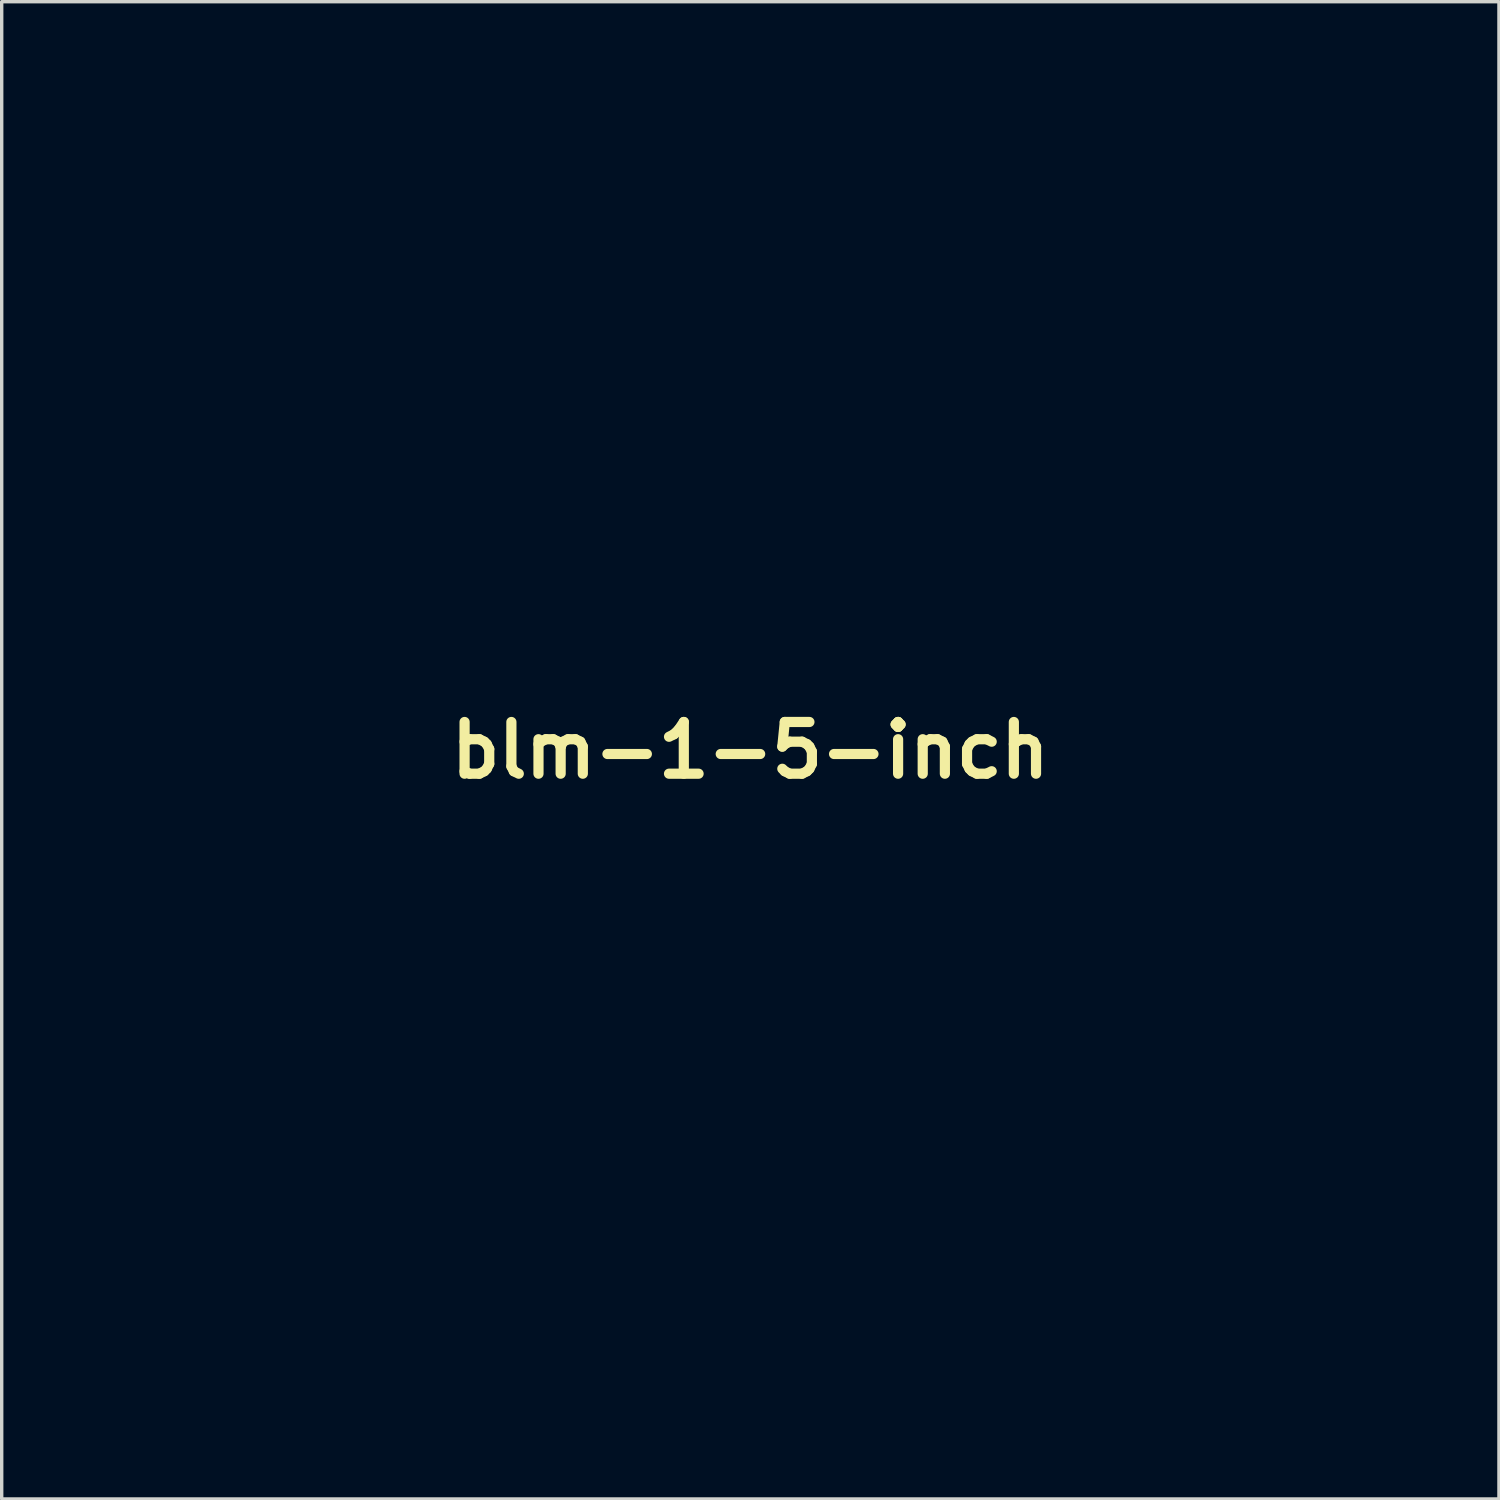
<source format=kicad_pcb>
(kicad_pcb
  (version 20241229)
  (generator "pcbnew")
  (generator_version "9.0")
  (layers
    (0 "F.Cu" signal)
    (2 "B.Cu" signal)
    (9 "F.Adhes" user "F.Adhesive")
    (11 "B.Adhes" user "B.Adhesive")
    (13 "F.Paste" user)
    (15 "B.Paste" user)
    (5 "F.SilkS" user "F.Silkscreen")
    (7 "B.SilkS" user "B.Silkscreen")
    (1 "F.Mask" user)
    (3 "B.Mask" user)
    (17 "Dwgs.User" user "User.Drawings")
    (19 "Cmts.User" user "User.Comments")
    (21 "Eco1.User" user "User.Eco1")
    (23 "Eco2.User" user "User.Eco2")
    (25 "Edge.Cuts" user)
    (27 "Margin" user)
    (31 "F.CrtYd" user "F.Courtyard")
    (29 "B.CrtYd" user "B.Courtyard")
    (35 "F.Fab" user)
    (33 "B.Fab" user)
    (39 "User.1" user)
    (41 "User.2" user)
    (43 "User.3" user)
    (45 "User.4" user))
  (footprint "blm-1-5-inch"
    (layer "F.Cu")
    (at 19.057 19.057)
    (property "Reference" "blm-1-5-inch" (at 0 0 0) (layer "F.SilkS") (effects (font (size 1.524 1.524) (thickness 0.3))))
    (attr through_hole)
    (fp_poly (pts (xy -6.866 9.82) (xy -6.852 9.903) (xy -6.832 10.038) (xy -6.806 10.226) (xy -6.774 10.468) (xy -6.737 10.765) (xy -6.693 11.117) (xy -6.643 11.525) (xy -6.587 11.99) (xy -6.525 12.513) (xy -6.463 13.038) (xy -6.443 13.22) (xy -6.425 13.394) (xy -6.412 13.546) (xy -6.404 13.663) (xy -6.402 13.715) (xy -6.402 13.876) (xy -7.363 13.876) (xy -7.347 13.616) (xy -7.34 13.543) (xy -7.328 13.419) (xy -7.31 13.248) (xy -7.287 13.039) (xy -7.26 12.797) (xy -7.23 12.53) (xy -7.197 12.244) (xy -7.163 11.946) (xy -7.128 11.643) (xy -7.093 11.341) (xy -7.058 11.047) (xy -7.025 10.768) (xy -6.994 10.51) (xy -6.966 10.281) (xy -6.942 10.087) (xy -6.936 10.041) (xy -6.918 9.923) (xy -6.899 9.836) (xy -6.882 9.791) (xy -6.875 9.789)) (stroke (width 0) (type solid)) (fill yes) (layer "F.Mask"))
    (fp_poly (pts (xy 11.674 9.529) (xy 11.835 9.535) (xy 11.997 9.545) (xy 12.146 9.558) (xy 12.27 9.573) (xy 12.354 9.59) (xy 12.377 9.598) (xy 12.483 9.674) (xy 12.586 9.78) (xy 12.655 9.882) (xy 12.667 9.935) (xy 12.678 10.038) (xy 12.688 10.182) (xy 12.696 10.357) (xy 12.702 10.554) (xy 12.707 10.765) (xy 12.71 10.978) (xy 12.71 11.186) (xy 12.709 11.378) (xy 12.704 11.545) (xy 12.697 11.679) (xy 12.69 11.744) (xy 12.663 11.903) (xy 12.621 12.02) (xy 12.555 12.111) (xy 12.457 12.194) (xy 12.429 12.213) (xy 12.372 12.249) (xy 12.314 12.273) (xy 12.242 12.288) (xy 12.141 12.297) (xy 11.995 12.303) (xy 11.985 12.303) (xy 11.825 12.307) (xy 11.662 12.308) (xy 11.52 12.306) (xy 11.457 12.304) (xy 11.256 12.295) (xy 11.256 9.56) (xy 11.335 9.54) (xy 11.41 9.53) (xy 11.528 9.527)) (stroke (width 0) (type solid)) (fill yes) (layer "F.Mask"))
    (fp_poly (pts (xy -14.312 -12.134) (xy -14.172 -12.132) (xy -14.071 -12.127) (xy -13.998 -12.118) (xy -13.945 -12.105) (xy -13.899 -12.085) (xy -13.862 -12.064) (xy -13.786 -12.016) (xy -13.725 -11.967) (xy -13.678 -11.91) (xy -13.642 -11.837) (xy -13.617 -11.743) (xy -13.6 -11.619) (xy -13.589 -11.459) (xy -13.583 -11.256) (xy -13.581 -11.002) (xy -13.581 -10.904) (xy -13.58 -10.653) (xy -13.582 -10.454) (xy -13.586 -10.298) (xy -13.595 -10.179) (xy -13.609 -10.088) (xy -13.63 -10.018) (xy -13.659 -9.961) (xy -13.697 -9.909) (xy -13.746 -9.855) (xy -13.752 -9.848) (xy -13.825 -9.787) (xy -13.92 -9.741) (xy -14.045 -9.708) (xy -14.208 -9.688) (xy -14.417 -9.679) (xy -14.565 -9.678) (xy -15.004 -9.678) (xy -15.022 -9.804) (xy -15.026 -9.863) (xy -15.029 -9.973) (xy -15.031 -10.128) (xy -15.033 -10.319) (xy -15.033 -10.54) (xy -15.033 -10.782) (xy -15.031 -11.032) (xy -15.023 -12.134) (xy -14.502 -12.134)) (stroke (width 0) (type solid)) (fill yes) (layer "F.Mask"))
    (fp_poly (pts (xy -14.583 -15.87) (xy -14.413 -15.868) (xy -14.254 -15.863) (xy -14.119 -15.856) (xy -14.024 -15.847) (xy -14 -15.844) (xy -13.875 -15.794) (xy -13.755 -15.705) (xy -13.659 -15.592) (xy -13.608 -15.485) (xy -13.599 -15.422) (xy -13.592 -15.31) (xy -13.586 -15.159) (xy -13.582 -14.979) (xy -13.58 -14.783) (xy -13.58 -14.578) (xy -13.581 -14.378) (xy -13.585 -14.19) (xy -13.589 -14.027) (xy -13.596 -13.898) (xy -13.605 -13.815) (xy -13.607 -13.802) (xy -13.661 -13.683) (xy -13.759 -13.572) (xy -13.884 -13.483) (xy -14.008 -13.433) (xy -14.087 -13.421) (xy -14.21 -13.411) (xy -14.361 -13.403) (xy -14.527 -13.4) (xy -14.571 -13.4) (xy -14.739 -13.4) (xy -14.857 -13.402) (xy -14.934 -13.407) (xy -14.979 -13.416) (xy -15.004 -13.432) (xy -15.015 -13.454) (xy -15.019 -13.467) (xy -15.023 -13.511) (xy -15.026 -13.607) (xy -15.03 -13.75) (xy -15.033 -13.931) (xy -15.035 -14.145) (xy -15.036 -14.384) (xy -15.037 -14.641) (xy -15.037 -14.703) (xy -15.038 -15.871)) (stroke (width 0) (type solid)) (fill yes) (layer "F.Mask"))
    (fp_poly (pts (xy -9.767 3.96) (xy -10.419 3.96) (xy -10.635 3.96) (xy -10.799 3.958) (xy -10.918 3.955) (xy -10.999 3.949) (xy -11.05 3.94) (xy -11.077 3.928) (xy -11.089 3.913) (xy -11.092 3.876) (xy -11.095 3.783) (xy -11.097 3.64) (xy -11.099 3.449) (xy -11.101 3.215) (xy -11.103 2.943) (xy -11.104 2.635) (xy -11.105 2.297) (xy -11.106 1.932) (xy -11.107 1.545) (xy -11.107 1.139) (xy -11.107 0.718) (xy -11.107 0.288) (xy -11.107 -0.149) (xy -11.106 -0.588) (xy -11.105 -1.026) (xy -11.104 -1.457) (xy -11.103 -1.878) (xy -11.102 -2.285) (xy -11.1 -2.673) (xy -11.099 -3.039) (xy -11.097 -3.379) (xy -11.094 -3.688) (xy -11.092 -3.963) (xy -11.09 -4.199) (xy -11.087 -4.392) (xy -11.084 -4.538) (xy -11.081 -4.634) (xy -11.078 -4.674) (xy -11.078 -4.675) (xy -11.06 -4.69) (xy -11.023 -4.702) (xy -10.959 -4.71) (xy -10.862 -4.715) (xy -10.724 -4.718) (xy -10.538 -4.72) (xy -10.416 -4.72) (xy -9.782 -4.72)) (stroke (width 0) (type solid)) (fill yes) (layer "F.Mask"))
    (fp_poly (pts (xy -1.429 -3.454) (xy -3.395 -3.454) (xy -3.395 -1.012) (xy -1.757 -1.012) (xy -1.757 0.268) (xy -3.431 0.268) (xy -3.42 1.457) (xy -3.417 1.717) (xy -3.413 1.96) (xy -3.409 2.177) (xy -3.403 2.362) (xy -3.398 2.51) (xy -3.392 2.613) (xy -3.386 2.665) (xy -3.385 2.67) (xy -3.35 2.677) (xy -3.263 2.683) (xy -3.131 2.69) (xy -2.961 2.697) (xy -2.762 2.703) (xy -2.539 2.708) (xy -2.417 2.71) (xy -1.474 2.725) (xy -1.466 3.342) (xy -1.458 3.96) (xy -3.08 3.96) (xy -3.385 3.96) (xy -3.671 3.959) (xy -3.935 3.957) (xy -4.169 3.955) (xy -4.368 3.952) (xy -4.527 3.948) (xy -4.641 3.945) (xy -4.704 3.94) (xy -4.715 3.938) (xy -4.717 3.906) (xy -4.719 3.818) (xy -4.721 3.677) (xy -4.723 3.487) (xy -4.726 3.25) (xy -4.728 2.97) (xy -4.731 2.651) (xy -4.734 2.296) (xy -4.737 1.908) (xy -4.739 1.49) (xy -4.742 1.046) (xy -4.745 0.579) (xy -4.748 0.093) (xy -4.75 -0.395) (xy -4.773 -4.705) (xy -1.429 -4.705)) (stroke (width 0) (type solid)) (fill yes) (layer "F.Mask"))
    (fp_poly (pts (xy -5.095 -15.645) (xy -5.084 -15.608) (xy -5.072 -15.544) (xy -5.057 -15.451) (xy -5.039 -15.326) (xy -5.017 -15.165) (xy -4.992 -14.965) (xy -4.963 -14.724) (xy -4.929 -14.438) (xy -4.889 -14.104) (xy -4.844 -13.718) (xy -4.792 -13.278) (xy -4.764 -13.034) (xy -4.732 -12.761) (xy -4.703 -12.504) (xy -4.677 -12.269) (xy -4.655 -12.062) (xy -4.636 -11.891) (xy -4.624 -11.762) (xy -4.617 -11.682) (xy -4.615 -11.66) (xy -4.623 -11.59) (xy -4.657 -11.557) (xy -4.709 -11.542) (xy -4.786 -11.533) (xy -4.898 -11.527) (xy -5.033 -11.524) (xy -5.176 -11.524) (xy -5.315 -11.527) (xy -5.437 -11.532) (xy -5.53 -11.54) (xy -5.579 -11.551) (xy -5.583 -11.554) (xy -5.588 -11.595) (xy -5.586 -11.68) (xy -5.577 -11.795) (xy -5.57 -11.859) (xy -5.539 -12.132) (xy -5.505 -12.425) (xy -5.469 -12.734) (xy -5.431 -13.053) (xy -5.393 -13.376) (xy -5.356 -13.696) (xy -5.319 -14.01) (xy -5.283 -14.31) (xy -5.25 -14.59) (xy -5.22 -14.846) (xy -5.193 -15.072) (xy -5.17 -15.261) (xy -5.152 -15.408) (xy -5.14 -15.508) (xy -5.134 -15.553) (xy -5.126 -15.598) (xy -5.119 -15.634) (xy -5.112 -15.655) (xy -5.104 -15.66)) (stroke (width 0) (type solid)) (fill yes) (layer "F.Mask"))
    (fp_poly (pts (xy -13.753 -4.31) (xy -13.752 -4.227) (xy -13.751 -4.089) (xy -13.75 -3.9) (xy -13.748 -3.665) (xy -13.746 -3.388) (xy -13.744 -3.074) (xy -13.742 -2.726) (xy -13.74 -2.35) (xy -13.738 -1.949) (xy -13.735 -1.529) (xy -13.733 -1.093) (xy -13.731 -0.646) (xy -13.73 -0.61) (xy -13.712 2.695) (xy -12.745 2.712) (xy -12.511 2.717) (xy -12.297 2.721) (xy -12.11 2.725) (xy -11.957 2.729) (xy -11.845 2.732) (xy -11.782 2.734) (xy -11.769 2.735) (xy -11.767 2.764) (xy -11.765 2.845) (xy -11.764 2.967) (xy -11.763 3.121) (xy -11.762 3.298) (xy -11.762 3.331) (xy -11.762 3.922) (xy -11.945 3.941) (xy -12.011 3.945) (xy -12.131 3.949) (xy -12.296 3.952) (xy -12.501 3.955) (xy -12.738 3.957) (xy -13.002 3.959) (xy -13.285 3.96) (xy -13.579 3.96) (xy -15.031 3.96) (xy -15.049 3.893) (xy -15.051 3.855) (xy -15.053 3.761) (xy -15.055 3.616) (xy -15.057 3.424) (xy -15.059 3.189) (xy -15.06 2.914) (xy -15.062 2.606) (xy -15.063 2.266) (xy -15.064 1.9) (xy -15.065 1.512) (xy -15.066 1.105) (xy -15.066 0.685) (xy -15.066 0.254) (xy -15.067 -0.182) (xy -15.066 -0.62) (xy -15.066 -1.056) (xy -15.066 -1.485) (xy -15.065 -1.903) (xy -15.065 -2.307) (xy -15.064 -2.691) (xy -15.063 -3.052) (xy -15.062 -3.386) (xy -15.06 -3.689) (xy -15.059 -3.956) (xy -15.057 -4.183) (xy -15.055 -4.367) (xy -15.053 -4.502) (xy -15.051 -4.586) (xy -15.049 -4.612) (xy -15.03 -4.705) (xy -13.757 -4.705)) (stroke (width 0) (type solid)) (fill yes) (layer "F.Mask"))
    (fp_poly (pts (xy -5.694 -4.722) (xy -5.508 -4.715) (xy -5.342 -4.706) (xy -5.206 -4.697) (xy -5.108 -4.688) (xy -5.058 -4.68) (xy -5.054 -4.678) (xy -5.05 -4.673) (xy -5.046 -4.665) (xy -5.044 -4.651) (xy -5.043 -4.629) (xy -5.045 -4.594) (xy -5.048 -4.544) (xy -5.054 -4.476) (xy -5.063 -4.387) (xy -5.075 -4.274) (xy -5.09 -4.134) (xy -5.11 -3.965) (xy -5.134 -3.762) (xy -5.162 -3.523) (xy -5.195 -3.246) (xy -5.234 -2.926) (xy -5.278 -2.561) (xy -5.328 -2.149) (xy -5.385 -1.685) (xy -5.448 -1.168) (xy -5.497 -0.759) (xy -5.552 -0.306) (xy -5.607 0.141) (xy -5.66 0.578) (xy -5.711 0.998) (xy -5.76 1.399) (xy -5.806 1.774) (xy -5.848 2.12) (xy -5.886 2.43) (xy -5.919 2.701) (xy -5.946 2.927) (xy -5.968 3.104) (xy -5.983 3.226) (xy -5.983 3.226) (xy -6.014 3.472) (xy -6.041 3.662) (xy -6.064 3.799) (xy -6.085 3.887) (xy -6.103 3.93) (xy -6.107 3.933) (xy -6.148 3.94) (xy -6.238 3.946) (xy -6.372 3.951) (xy -6.539 3.955) (xy -6.732 3.958) (xy -6.944 3.96) (xy -7.165 3.96) (xy -7.388 3.96) (xy -7.605 3.958) (xy -7.807 3.955) (xy -7.987 3.952) (xy -8.137 3.947) (xy -8.247 3.941) (xy -8.311 3.934) (xy -8.323 3.93) (xy -8.33 3.913) (xy -8.338 3.883) (xy -8.348 3.836) (xy -8.36 3.768) (xy -8.374 3.677) (xy -8.391 3.561) (xy -8.411 3.414) (xy -8.435 3.236) (xy -8.463 3.022) (xy -8.495 2.769) (xy -8.532 2.475) (xy -8.574 2.137) (xy -8.622 1.75) (xy -8.676 1.313) (xy -8.737 0.822) (xy -8.785 0.432) (xy -8.863 -0.207) (xy -8.934 -0.788) (xy -8.999 -1.316) (xy -9.057 -1.793) (xy -9.11 -2.221) (xy -9.156 -2.603) (xy -9.197 -2.942) (xy -9.233 -3.24) (xy -9.264 -3.5) (xy -9.291 -3.725) (xy -9.313 -3.916) (xy -9.332 -4.078) (xy -9.347 -4.212) (xy -9.359 -4.321) (xy -9.368 -4.407) (xy -9.374 -4.474) (xy -9.378 -4.524) (xy -9.38 -4.559) (xy -9.38 -4.575) (xy -9.376 -4.654) (xy -9.355 -4.693) (xy -9.304 -4.712) (xy -9.287 -4.716) (xy -9.214 -4.724) (xy -9.096 -4.729) (xy -8.947 -4.731) (xy -8.781 -4.731) (xy -8.611 -4.729) (xy -8.453 -4.724) (xy -8.321 -4.718) (xy -8.234 -4.71) (xy -8.146 -4.695) (xy -8.098 -4.672) (xy -8.074 -4.628) (xy -8.063 -4.586) (xy -8.056 -4.54) (xy -8.043 -4.441) (xy -8.024 -4.291) (xy -8 -4.096) (xy -7.971 -3.86) (xy -7.938 -3.589) (xy -7.902 -3.286) (xy -7.863 -2.956) (xy -7.821 -2.604) (xy -7.778 -2.234) (xy -7.757 -2.055) (xy -7.688 -1.463) (xy -7.625 -0.927) (xy -7.569 -0.445) (xy -7.519 -0.014) (xy -7.474 0.369) (xy -7.434 0.708) (xy -7.4 1.004) (xy -7.369 1.261) (xy -7.343 1.482) (xy -7.321 1.669) (xy -7.302 1.825) (xy -7.286 1.953) (xy -7.273 2.056) (xy -7.262 2.137) (xy -7.253 2.198) (xy -7.246 2.242) (xy -7.241 2.273) (xy -7.236 2.293) (xy -7.232 2.304) (xy -7.228 2.31) (xy -7.225 2.314) (xy -7.223 2.316) (xy -7.195 2.321) (xy -7.194 2.32) (xy -7.189 2.29) (xy -7.177 2.203) (xy -7.16 2.066) (xy -7.137 1.88) (xy -7.109 1.649) (xy -7.076 1.378) (xy -7.039 1.07) (xy -6.998 0.729) (xy -6.954 0.358) (xy -6.907 -0.039) (xy -6.857 -0.459) (xy -6.805 -0.897) (xy -6.777 -1.136) (xy -6.725 -1.584) (xy -6.673 -2.016) (xy -6.624 -2.429) (xy -6.577 -2.819) (xy -6.533 -3.182) (xy -6.492 -3.514) (xy -6.455 -3.812) (xy -6.423 -4.071) (xy -6.395 -4.288) (xy -6.372 -4.459) (xy -6.356 -4.581) (xy -6.345 -4.649) (xy -6.342 -4.662) (xy -6.311 -4.743)) (stroke (width 0) (type solid)) (fill yes) (layer "F.Mask"))
    (fp_poly (pts (xy 1.385 -4.709) (xy 1.641 -4.69) (xy 1.873 -4.657) (xy 1.998 -4.63) (xy 2.284 -4.528) (xy 2.54 -4.382) (xy 2.758 -4.195) (xy 2.932 -3.972) (xy 2.987 -3.877) (xy 3.051 -3.747) (xy 3.099 -3.627) (xy 3.132 -3.505) (xy 3.156 -3.366) (xy 3.171 -3.194) (xy 3.183 -2.987) (xy 3.201 -2.565) (xy 3.115 -2.548) (xy 3.058 -2.543) (xy 2.953 -2.538) (xy 2.812 -2.534) (xy 2.645 -2.532) (xy 2.5 -2.531) (xy 2.299 -2.532) (xy 2.15 -2.535) (xy 2.046 -2.542) (xy 1.977 -2.551) (xy 1.938 -2.565) (xy 1.927 -2.573) (xy 1.902 -2.625) (xy 1.881 -2.72) (xy 1.867 -2.832) (xy 1.833 -3.042) (xy 1.768 -3.204) (xy 1.669 -3.325) (xy 1.577 -3.387) (xy 1.505 -3.422) (xy 1.437 -3.442) (xy 1.353 -3.451) (xy 1.237 -3.451) (xy 1.171 -3.449) (xy 1.039 -3.443) (xy 0.949 -3.433) (xy 0.886 -3.414) (xy 0.832 -3.383) (xy 0.787 -3.349) (xy 0.71 -3.282) (xy 0.652 -3.217) (xy 0.613 -3.145) (xy 0.587 -3.054) (xy 0.574 -2.935) (xy 0.57 -2.778) (xy 0.572 -2.572) (xy 0.572 -2.561) (xy 0.575 -2.378) (xy 0.58 -2.243) (xy 0.587 -2.144) (xy 0.599 -2.067) (xy 0.618 -2.002) (xy 0.644 -1.937) (xy 0.676 -1.868) (xy 0.759 -1.708) (xy 0.855 -1.559) (xy 0.968 -1.414) (xy 1.106 -1.267) (xy 1.274 -1.111) (xy 1.48 -0.94) (xy 1.728 -0.748) (xy 1.831 -0.67) (xy 2.13 -0.438) (xy 2.381 -0.219) (xy 2.589 -0.005) (xy 2.762 0.21) (xy 2.906 0.435) (xy 3.028 0.678) (xy 3.075 0.789) (xy 3.171 1.027) (xy 3.18 1.78) (xy 3.182 2.03) (xy 3.182 2.229) (xy 3.179 2.385) (xy 3.173 2.506) (xy 3.164 2.602) (xy 3.151 2.68) (xy 3.142 2.718) (xy 3.04 3.015) (xy 2.893 3.273) (xy 2.7 3.492) (xy 2.464 3.671) (xy 2.182 3.811) (xy 1.95 3.888) (xy 1.824 3.912) (xy 1.653 3.931) (xy 1.454 3.943) (xy 1.242 3.95) (xy 1.032 3.949) (xy 0.841 3.941) (xy 0.684 3.926) (xy 0.636 3.918) (xy 0.388 3.862) (xy 0.184 3.794) (xy 0.007 3.705) (xy -0.158 3.589) (xy -0.282 3.48) (xy -0.473 3.262) (xy -0.62 3.013) (xy -0.715 2.743) (xy -0.744 2.591) (xy -0.761 2.442) (xy -0.773 2.286) (xy -0.78 2.135) (xy -0.782 2.001) (xy -0.778 1.898) (xy -0.769 1.836) (xy -0.764 1.826) (xy -0.726 1.817) (xy -0.64 1.809) (xy -0.516 1.802) (xy -0.365 1.796) (xy -0.199 1.792) (xy -0.028 1.79) (xy 0.136 1.79) (xy 0.283 1.792) (xy 0.402 1.796) (xy 0.482 1.802) (xy 0.511 1.81) (xy 0.527 1.851) (xy 0.544 1.936) (xy 0.559 2.049) (xy 0.563 2.088) (xy 0.588 2.27) (xy 0.628 2.407) (xy 0.689 2.509) (xy 0.777 2.591) (xy 0.796 2.605) (xy 0.853 2.639) (xy 0.909 2.662) (xy 0.981 2.674) (xy 1.083 2.679) (xy 1.208 2.68) (xy 1.348 2.679) (xy 1.443 2.674) (xy 1.509 2.661) (xy 1.563 2.638) (xy 1.619 2.6) (xy 1.628 2.594) (xy 1.702 2.536) (xy 1.757 2.475) (xy 1.796 2.402) (xy 1.822 2.309) (xy 1.837 2.184) (xy 1.844 2.019) (xy 1.846 1.805) (xy 1.846 1.309) (xy 1.744 1.108) (xy 1.645 0.932) (xy 1.528 0.764) (xy 1.388 0.599) (xy 1.218 0.429) (xy 1.012 0.248) (xy 0.762 0.05) (xy 0.625 -0.054) (xy 0.467 -0.175) (xy 0.312 -0.296) (xy 0.171 -0.409) (xy 0.058 -0.503) (xy -0.011 -0.564) (xy -0.259 -0.838) (xy -0.466 -1.151) (xy -0.633 -1.506) (xy -0.702 -1.697) (xy -0.782 -1.945) (xy -0.767 -2.692) (xy -0.762 -2.925) (xy -0.757 -3.107) (xy -0.752 -3.247) (xy -0.744 -3.355) (xy -0.734 -3.438) (xy -0.721 -3.506) (xy -0.703 -3.568) (xy -0.681 -3.632) (xy -0.679 -3.638) (xy -0.548 -3.918) (xy -0.381 -4.153) (xy -0.175 -4.346) (xy 0.071 -4.498) (xy 0.36 -4.609) (xy 0.692 -4.68) (xy 0.88 -4.702) (xy 1.124 -4.714)) (stroke (width 0) (type solid)) (fill yes) (layer "F.Mask"))
    (fp_poly (pts (xy 19.057 19.057) (xy -19.057 19.057) (xy -19.057 16.944) (xy -9.264 16.944) (xy -8.54 16.936) (xy -7.817 16.928) (xy -7.662 16.05) (xy -7.623 15.828) (xy -7.587 15.626) (xy -7.557 15.45) (xy -7.532 15.308) (xy -7.515 15.207) (xy -7.506 15.155) (xy -7.505 15.149) (xy -7.475 15.137) (xy -7.386 15.13) (xy -7.241 15.128) (xy -7.041 15.132) (xy -6.786 15.14) (xy -6.655 15.146) (xy -6.237 15.165) (xy -6.108 16.002) (xy -6.075 16.221) (xy -6.043 16.421) (xy -6.015 16.596) (xy -5.992 16.738) (xy -5.976 16.838) (xy -5.966 16.888) (xy -5.966 16.891) (xy -5.957 16.907) (xy -5.937 16.92) (xy -5.898 16.929) (xy -5.833 16.936) (xy -5.736 16.94) (xy -5.598 16.942) (xy -5.414 16.943) (xy -5.224 16.943) (xy -4.987 16.943) (xy -4.804 16.94) (xy -4.669 16.936) (xy -4.577 16.93) (xy -4.522 16.922) (xy -4.498 16.911) (xy -4.496 16.906) (xy -4.5 16.867) (xy -4.512 16.777) (xy -4.529 16.646) (xy -4.552 16.481) (xy -4.578 16.29) (xy -4.601 16.124) (xy -4.627 15.937) (xy -4.659 15.702) (xy -4.697 15.427) (xy -4.738 15.124) (xy -4.781 14.802) (xy -4.825 14.471) (xy -4.869 14.142) (xy -4.9 13.906) (xy -4.947 13.552) (xy -4.998 13.164) (xy -5.052 12.755) (xy -5.107 12.34) (xy -5.16 11.935) (xy -5.211 11.554) (xy -5.256 11.213) (xy -5.27 11.107) (xy -5.31 10.803) (xy -5.351 10.492) (xy -5.391 10.184) (xy -5.428 9.891) (xy -5.463 9.621) (xy -5.492 9.386) (xy -5.516 9.196) (xy -5.522 9.142) (xy -5.546 8.947) (xy -5.568 8.767) (xy -5.588 8.611) (xy -5.603 8.491) (xy -5.613 8.417) (xy -5.615 8.405) (xy -5.631 8.308) (xy -4.05 8.308) (xy -4.05 9.528) (xy -3.417 9.536) (xy -2.784 9.544) (xy -2.769 16.943) (xy -1.35 16.943) (xy -1.33 15) (xy -1.326 14.595) (xy -1.323 14.151) (xy -1.319 13.683) (xy -1.317 13.203) (xy -1.314 12.724) (xy -1.312 12.261) (xy -1.311 11.825) (xy -1.31 11.431) (xy -1.31 11.293) (xy -1.31 9.529) (xy -0.03 9.529) (xy -0.03 8.308) (xy 0.715 8.308) (xy 0.715 9.528) (xy 1.362 9.536) (xy 2.01 9.544) (xy 2.018 13.243) (xy 2.025 16.943) (xy 3.446 16.943) (xy 3.468 13.258) (xy 3.471 12.795) (xy 3.474 12.347) (xy 3.477 11.92) (xy 3.48 11.517) (xy 3.483 11.141) (xy 3.486 10.796) (xy 3.489 10.486) (xy 3.492 10.213) (xy 3.495 9.983) (xy 3.498 9.798) (xy 3.5 9.662) (xy 3.502 9.578) (xy 3.504 9.551) (xy 3.536 9.544) (xy 3.619 9.538) (xy 3.744 9.534) (xy 3.9 9.53) (xy 4.08 9.529) (xy 4.126 9.529) (xy 4.735 9.529) (xy 4.735 8.308) (xy 5.479 8.308) (xy 5.479 16.943) (xy 9.082 16.943) (xy 9.826 16.943) (xy 11.256 16.943) (xy 11.256 13.572) (xy 11.74 13.584) (xy 11.967 13.592) (xy 12.144 13.607) (xy 12.281 13.631) (xy 12.388 13.666) (xy 12.473 13.715) (xy 12.547 13.78) (xy 12.56 13.794) (xy 12.587 13.828) (xy 12.609 13.872) (xy 12.628 13.93) (xy 12.644 14.008) (xy 12.658 14.11) (xy 12.669 14.242) (xy 12.678 14.407) (xy 12.686 14.611) (xy 12.692 14.859) (xy 12.698 15.156) (xy 12.704 15.506) (xy 12.705 15.596) (xy 12.724 16.943) (xy 14.117 16.943) (xy 14.108 15.387) (xy 14.1 13.832) (xy 14.016 13.662) (xy 13.923 13.515) (xy 13.79 13.364) (xy 13.634 13.224) (xy 13.471 13.108) (xy 13.316 13.03) (xy 13.296 13.022) (xy 13.233 12.991) (xy 13.206 12.955) (xy 13.206 12.954) (xy 13.212 12.928) (xy 13.235 12.903) (xy 13.287 12.872) (xy 13.378 12.829) (xy 13.441 12.8) (xy 13.594 12.709) (xy 13.75 12.581) (xy 13.89 12.432) (xy 13.997 12.28) (xy 14.017 12.244) (xy 14.1 12.075) (xy 14.109 10.961) (xy 14.111 10.633) (xy 14.112 10.357) (xy 14.109 10.128) (xy 14.104 9.939) (xy 14.094 9.782) (xy 14.08 9.653) (xy 14.061 9.543) (xy 14.036 9.447) (xy 14.004 9.358) (xy 13.965 9.269) (xy 13.932 9.201) (xy 13.777 8.956) (xy 13.574 8.747) (xy 13.325 8.575) (xy 13.03 8.44) (xy 12.893 8.394) (xy 12.84 8.379) (xy 12.787 8.366) (xy 12.73 8.355) (xy 12.662 8.347) (xy 12.578 8.339) (xy 12.472 8.334) (xy 12.338 8.329) (xy 12.17 8.326) (xy 11.963 8.322) (xy 11.71 8.32) (xy 11.407 8.317) (xy 11.248 8.315) (xy 9.826 8.303) (xy 9.826 16.943) (xy 9.082 16.943) (xy 9.082 15.756) (xy 8.027 15.747) (xy 7.782 15.744) (xy 7.556 15.74) (xy 7.355 15.735) (xy 7.187 15.73) (xy 7.059 15.724) (xy 6.976 15.718) (xy 6.948 15.712) (xy 6.943 15.678) (xy 6.938 15.591) (xy 6.933 15.457) (xy 6.929 15.282) (xy 6.926 15.074) (xy 6.924 14.839) (xy 6.923 14.582) (xy 6.923 14.477) (xy 6.923 13.266) (xy 8.725 13.25) (xy 8.725 12) (xy 6.944 12) (xy 6.923 11.571) (xy 6.918 11.418) (xy 6.915 11.22) (xy 6.915 10.991) (xy 6.918 10.745) (xy 6.923 10.498) (xy 6.927 10.342) (xy 6.953 9.544) (xy 8.018 9.536) (xy 9.082 9.528) (xy 9.082 8.308) (xy 5.479 8.308) (xy 4.735 8.308) (xy 0.715 8.308) (xy -0.03 8.308) (xy -4.05 8.308) (xy -5.631 8.308) (xy -8.126 8.308) (xy -8.143 8.434) (xy -8.15 8.488) (xy -8.164 8.594) (xy -8.184 8.747) (xy -8.209 8.942) (xy -8.239 9.172) (xy -8.273 9.431) (xy -8.309 9.714) (xy -8.348 10.015) (xy -8.368 10.169) (xy -8.419 10.563) (xy -8.463 10.904) (xy -8.5 11.195) (xy -8.532 11.442) (xy -8.559 11.65) (xy -8.582 11.824) (xy -8.601 11.969) (xy -8.617 12.09) (xy -8.631 12.192) (xy -8.643 12.28) (xy -8.654 12.358) (xy -8.665 12.433) (xy -8.667 12.447) (xy -8.677 12.52) (xy -8.694 12.644) (xy -8.716 12.812) (xy -8.743 13.016) (xy -8.773 13.246) (xy -8.806 13.497) (xy -8.84 13.76) (xy -8.843 13.787) (xy -8.878 14.052) (xy -8.911 14.307) (xy -8.942 14.544) (xy -8.969 14.755) (xy -8.992 14.933) (xy -9.01 15.068) (xy -9.022 15.152) (xy -9.022 15.157) (xy -9.035 15.253) (xy -9.054 15.395) (xy -9.078 15.573) (xy -9.104 15.773) (xy -9.131 15.983) (xy -9.142 16.065) (xy -9.168 16.266) (xy -9.193 16.452) (xy -9.215 16.614) (xy -9.232 16.742) (xy -9.244 16.825) (xy -9.247 16.847) (xy -9.264 16.944) (xy -19.057 16.944) (xy -19.057 16.943) (xy -16.467 16.943) (xy -15.038 16.943) (xy -15.03 14.066) (xy -15.023 11.189) (xy -14.432 14.014) (xy -14.348 14.416) (xy -14.267 14.801) (xy -14.191 15.167) (xy -14.119 15.509) (xy -14.053 15.822) (xy -13.994 16.103) (xy -13.943 16.348) (xy -13.9 16.552) (xy -13.866 16.712) (xy -13.842 16.824) (xy -13.829 16.883) (xy -13.827 16.891) (xy -13.819 16.907) (xy -13.798 16.92) (xy -13.759 16.929) (xy -13.694 16.936) (xy -13.596 16.94) (xy -13.459 16.942) (xy -13.274 16.943) (xy -13.087 16.943) (xy -12.86 16.943) (xy -12.685 16.942) (xy -12.556 16.939) (xy -12.465 16.935) (xy -12.405 16.928) (xy -12.37 16.918) (xy -12.352 16.904) (xy -12.346 16.891) (xy -12.337 16.855) (xy -12.317 16.765) (xy -12.286 16.625) (xy -12.244 16.439) (xy -12.194 16.212) (xy -12.135 15.947) (xy -12.069 15.648) (xy -11.997 15.32) (xy -11.919 14.968) (xy -11.837 14.594) (xy -11.751 14.203) (xy -11.732 14.114) (xy -11.645 13.719) (xy -11.561 13.34) (xy -11.482 12.98) (xy -11.408 12.643) (xy -11.339 12.334) (xy -11.278 12.058) (xy -11.225 11.818) (xy -11.18 11.618) (xy -11.145 11.463) (xy -11.121 11.357) (xy -11.109 11.304) (xy -11.108 11.3) (xy -11.104 11.316) (xy -11.1 11.388) (xy -11.097 11.512) (xy -11.094 11.686) (xy -11.091 11.905) (xy -11.088 12.167) (xy -11.086 12.468) (xy -11.084 12.804) (xy -11.082 13.173) (xy -11.081 13.57) (xy -11.08 13.992) (xy -11.08 14.077) (xy -11.077 16.943) (xy -9.618 16.943) (xy -9.618 8.269) (xy -10.697 8.29) (xy -10.944 8.295) (xy -11.171 8.3) (xy -11.372 8.305) (xy -11.54 8.309) (xy -11.668 8.313) (xy -11.75 8.315) (xy -11.779 8.317) (xy -11.786 8.346) (xy -11.805 8.43) (xy -11.835 8.563) (xy -11.875 8.743) (xy -11.925 8.966) (xy -11.983 9.227) (xy -12.048 9.522) (xy -12.121 9.847) (xy -12.199 10.2) (xy -12.282 10.575) (xy -12.37 10.968) (xy -12.414 11.166) (xy -12.524 11.662) (xy -12.622 12.102) (xy -12.708 12.49) (xy -12.784 12.828) (xy -12.85 13.119) (xy -12.906 13.366) (xy -12.953 13.572) (xy -12.993 13.741) (xy -13.025 13.873) (xy -13.05 13.974) (xy -13.07 14.044) (xy -13.084 14.088) (xy -13.093 14.108) (xy -13.098 14.108) (xy -13.1 14.097) (xy -13.106 14.063) (xy -13.123 13.975) (xy -13.151 13.839) (xy -13.187 13.659) (xy -13.231 13.441) (xy -13.283 13.188) (xy -13.34 12.905) (xy -13.403 12.599) (xy -13.469 12.273) (xy -13.539 11.932) (xy -13.611 11.581) (xy -13.683 11.226) (xy -13.756 10.87) (xy -13.828 10.519) (xy -13.899 10.177) (xy -13.966 9.85) (xy -14.029 9.541) (xy -14.088 9.257) (xy -14.14 9.002) (xy -14.186 8.781) (xy -14.224 8.598) (xy -14.253 8.459) (xy -14.273 8.368) (xy -14.281 8.33) (xy -14.281 8.33) (xy -14.289 8.316) (xy -14.306 8.305) (xy -14.337 8.297) (xy -14.39 8.29) (xy -14.469 8.286) (xy -14.581 8.283) (xy -14.731 8.282) (xy -14.925 8.282) (xy -15.169 8.284) (xy -15.375 8.285) (xy -16.452 8.293) (xy -16.459 12.618) (xy -16.467 16.943) (xy -19.057 16.943) (xy -19.057 0.387) (xy -16.541 0.387) (xy -16.541 0.865) (xy -16.54 1.337) (xy -16.54 1.799) (xy -16.539 2.246) (xy -16.538 2.675) (xy -16.537 3.082) (xy -16.536 3.463) (xy -16.534 3.814) (xy -16.532 4.133) (xy -16.53 4.414) (xy -16.528 4.654) (xy -16.526 4.85) (xy -16.523 4.997) (xy -16.52 5.092) (xy -16.518 5.129) (xy -16.494 5.241) (xy 4.109 5.241) (xy 4.109 -5.449) (xy -16.491 -5.449) (xy -16.516 -5.099) (xy -16.519 -5.028) (xy -16.522 -4.903) (xy -16.524 -4.728) (xy -16.527 -4.506) (xy -16.529 -4.242) (xy -16.531 -3.939) (xy -16.533 -3.601) (xy -16.535 -3.232) (xy -16.536 -2.836) (xy -16.537 -2.416) (xy -16.538 -1.976) (xy -16.539 -1.52) (xy -16.54 -1.052) (xy -16.54 -0.576) (xy -16.541 -0.095) (xy -16.541 0.387) (xy -19.057 0.387) (xy -19.057 -8.451) (xy -16.467 -8.451) (xy -16.007 -8.456) (xy -7.505 -8.456) (xy -6.768 -8.464) (xy -6.03 -8.472) (xy -6.006 -8.635) (xy -5.994 -8.711) (xy -5.975 -8.835) (xy -5.95 -8.996) (xy -5.92 -9.186) (xy -5.887 -9.393) (xy -5.864 -9.534) (xy -5.832 -9.737) (xy -5.803 -9.919) (xy -5.779 -10.073) (xy -5.761 -10.191) (xy -5.75 -10.265) (xy -5.747 -10.286) (xy -5.719 -10.291) (xy -5.639 -10.296) (xy -5.518 -10.299) (xy -5.362 -10.302) (xy -5.182 -10.303) (xy -5.109 -10.303) (xy -4.471 -10.303) (xy -4.454 -10.221) (xy -4.445 -10.17) (xy -4.428 -10.069) (xy -4.405 -9.927) (xy -4.377 -9.753) (xy -4.345 -9.555) (xy -4.317 -9.38) (xy -4.284 -9.17) (xy -4.253 -8.976) (xy -4.226 -8.807) (xy -4.204 -8.671) (xy -4.188 -8.578) (xy -4.181 -8.54) (xy -4.169 -8.498) (xy -4.145 -8.473) (xy -4.096 -8.459) (xy -4.007 -8.452) (xy -3.951 -8.449) (xy -3.846 -8.445) (xy -3.697 -8.441) (xy -3.522 -8.437) (xy -3.335 -8.434) (xy -3.238 -8.433) (xy -2.74 -8.427) (xy -2.74 -8.497) (xy -2.743 -8.536) (xy -2.754 -8.629) (xy -2.771 -8.771) (xy -2.794 -8.956) (xy -2.822 -9.178) (xy -2.854 -9.432) (xy -2.889 -9.714) (xy -2.928 -10.016) (xy -2.968 -10.336) (xy -3.011 -10.666) (xy -3.054 -11.001) (xy -3.097 -11.336) (xy -3.14 -11.667) (xy -3.181 -11.986) (xy -3.221 -12.29) (xy -3.258 -12.573) (xy -3.292 -12.828) (xy -3.322 -13.052) (xy -3.323 -13.057) (xy -3.341 -13.194) (xy -3.366 -13.382) (xy -3.397 -13.614) (xy -3.433 -13.883) (xy -3.472 -14.179) (xy -3.514 -14.497) (xy -3.558 -14.828) (xy -3.602 -15.165) (xy -3.629 -15.365) (xy -3.7 -15.902) (xy -2.233 -15.902) (xy -2.233 -13.125) (xy -2.233 -12.59) (xy -2.232 -12.111) (xy -2.231 -11.685) (xy -2.228 -11.307) (xy -2.225 -10.976) (xy -2.221 -10.686) (xy -2.216 -10.435) (xy -2.209 -10.219) (xy -2.202 -10.035) (xy -2.192 -9.878) (xy -2.182 -9.747) (xy -2.169 -9.636) (xy -2.155 -9.543) (xy -2.139 -9.464) (xy -2.121 -9.396) (xy -2.117 -9.381) (xy -2.026 -9.177) (xy -1.887 -8.979) (xy -1.711 -8.794) (xy -1.507 -8.635) (xy -1.288 -8.511) (xy -1.151 -8.457) (xy -0.972 -8.413) (xy -0.749 -8.378) (xy -0.493 -8.354) (xy -0.219 -8.34) (xy 0.059 -8.338) (xy 0.33 -8.348) (xy 0.578 -8.37) (xy 0.653 -8.38) (xy 0.943 -8.449) (xy 1.213 -8.562) (xy 1.456 -8.714) (xy 1.665 -8.9) (xy 1.834 -9.113) (xy 1.957 -9.348) (xy 1.993 -9.473) (xy 2.774 -9.473) (xy 2.774 -9.206) (xy 2.774 -8.98) (xy 2.775 -8.798) (xy 2.777 -8.666) (xy 2.779 -8.587) (xy 2.781 -8.567) (xy 2.789 -8.528) (xy 2.8 -8.499) (xy 2.822 -8.476) (xy 2.862 -8.46) (xy 2.925 -8.448) (xy 3.02 -8.441) (xy 3.152 -8.437) (xy 3.329 -8.434) (xy 3.557 -8.432) (xy 3.61 -8.432) (xy 4.228 -8.427) (xy 4.236 -9.804) (xy 4.237 -10.103) (xy 4.239 -10.4) (xy 4.24 -10.684) (xy 4.241 -10.949) (xy 4.242 -11.185) (xy 4.242 -11.383) (xy 4.242 -11.536) (xy 4.242 -11.605) (xy 4.243 -11.754) (xy 4.247 -11.877) (xy 4.252 -11.964) (xy 4.259 -12.005) (xy 4.262 -12.007) (xy 4.277 -11.975) (xy 4.31 -11.893) (xy 4.359 -11.766) (xy 4.423 -11.599) (xy 4.499 -11.399) (xy 4.586 -11.17) (xy 4.681 -10.918) (xy 4.782 -10.648) (xy 4.887 -10.366) (xy 4.995 -10.078) (xy 5.102 -9.788) (xy 5.208 -9.503) (xy 5.309 -9.227) (xy 5.346 -9.127) (xy 5.412 -8.947) (xy 5.472 -8.784) (xy 5.522 -8.646) (xy 5.56 -8.543) (xy 5.582 -8.485) (xy 5.585 -8.477) (xy 5.595 -8.46) (xy 5.615 -8.447) (xy 5.651 -8.438) (xy 5.712 -8.432) (xy 5.803 -8.429) (xy 5.933 -8.428) (xy 6.108 -8.429) (xy 6.329 -8.432) (xy 6.531 -8.436) (xy 6.713 -8.441) (xy 6.867 -8.446) (xy 6.984 -8.453) (xy 7.056 -8.459) (xy 7.074 -8.464) (xy 7.08 -8.504) (xy 7.068 -8.577) (xy 7.059 -8.613) (xy 7.035 -8.688) (xy 6.992 -8.813) (xy 6.934 -8.981) (xy 6.863 -9.186) (xy 6.78 -9.421) (xy 6.688 -9.679) (xy 6.59 -9.955) (xy 6.487 -10.242) (xy 6.383 -10.533) (xy 6.278 -10.822) (xy 6.176 -11.103) (xy 6.08 -11.369) (xy 6.023 -11.524) (xy 5.938 -11.756) (xy 5.857 -11.979) (xy 5.784 -12.184) (xy 5.721 -12.362) (xy 5.671 -12.506) (xy 5.637 -12.607) (xy 5.626 -12.643) (xy 5.575 -12.824) (xy 5.945 -13.849) (xy 6.122 -14.34) (xy 6.287 -14.797) (xy 6.439 -15.218) (xy 6.576 -15.602) (xy 6.699 -15.946) (xy 6.807 -16.248) (xy 6.898 -16.506) (xy 6.972 -16.717) (xy 7.029 -16.88) (xy 7.066 -16.992) (xy 7.085 -17.052) (xy 7.087 -17.06) (xy 7.061 -17.071) (xy 6.981 -17.08) (xy 6.847 -17.086) (xy 6.656 -17.09) (xy 6.408 -17.092) (xy 6.33 -17.092) (xy 5.574 -17.092) (xy 5.514 -16.921) (xy 5.486 -16.841) (xy 5.442 -16.716) (xy 5.383 -16.552) (xy 5.313 -16.354) (xy 5.232 -16.13) (xy 5.145 -15.886) (xy 5.052 -15.627) (xy 4.955 -15.36) (xy 4.858 -15.09) (xy 4.763 -14.825) (xy 4.671 -14.57) (xy 4.585 -14.332) (xy 4.507 -14.116) (xy 4.439 -13.929) (xy 4.384 -13.778) (xy 4.344 -13.667) (xy 4.32 -13.604) (xy 4.316 -13.593) (xy 4.28 -13.504) (xy 4.257 -13.578) (xy 4.253 -13.621) (xy 4.249 -13.718) (xy 4.245 -13.863) (xy 4.241 -14.052) (xy 4.238 -14.277) (xy 4.236 -14.535) (xy 4.234 -14.819) (xy 4.232 -15.124) (xy 4.231 -15.387) (xy 4.228 -17.122) (xy 2.837 -17.122) (xy 2.818 -15.67) (xy 2.813 -15.27) (xy 2.808 -14.851) (xy 2.804 -14.416) (xy 2.799 -13.97) (xy 2.795 -13.517) (xy 2.792 -13.061) (xy 2.788 -12.605) (xy 2.785 -12.155) (xy 2.782 -11.713) (xy 2.78 -11.284) (xy 2.778 -10.872) (xy 2.776 -10.481) (xy 2.775 -10.114) (xy 2.774 -9.777) (xy 2.774 -9.473) (xy 1.993 -9.473) (xy 2.021 -9.567) (xy 2.034 -9.66) (xy 2.047 -9.794) (xy 2.058 -9.949) (xy 2.064 -10.083) (xy 2.078 -10.443) (xy 1.675 -10.462) (xy 1.491 -10.47) (xy 1.296 -10.476) (xy 1.114 -10.48) (xy 0.979 -10.482) (xy 0.846 -10.482) (xy 0.757 -10.476) (xy 0.702 -10.455) (xy 0.672 -10.409) (xy 0.658 -10.327) (xy 0.65 -10.2) (xy 0.646 -10.129) (xy 0.629 -9.979) (xy 0.593 -9.869) (xy 0.527 -9.783) (xy 0.421 -9.706) (xy 0.33 -9.655) (xy 0.209 -9.599) (xy 0.106 -9.569) (xy -0.008 -9.559) (xy -0.046 -9.559) (xy -0.26 -9.579) (xy -0.444 -9.637) (xy -0.593 -9.73) (xy -0.699 -9.852) (xy -0.752 -9.981) (xy -0.758 -10.037) (xy -0.764 -10.147) (xy -0.77 -10.306) (xy -0.775 -10.508) (xy -0.779 -10.747) (xy -0.784 -11.019) (xy -0.787 -11.318) (xy -0.791 -11.638) (xy -0.793 -11.974) (xy -0.795 -12.32) (xy -0.797 -12.671) (xy -0.798 -13.022) (xy -0.798 -13.367) (xy -0.798 -13.7) (xy -0.797 -14.016) (xy -0.795 -14.31) (xy -0.793 -14.576) (xy -0.79 -14.809) (xy -0.786 -15.003) (xy -0.781 -15.153) (xy -0.776 -15.246) (xy -0.76 -15.438) (xy -0.742 -15.58) (xy -0.717 -15.684) (xy -0.68 -15.76) (xy -0.627 -15.817) (xy -0.551 -15.868) (xy -0.464 -15.914) (xy -0.362 -15.961) (xy -0.272 -15.987) (xy -0.169 -16) (xy -0.048 -16.002) (xy 0.095 -15.998) (xy 0.199 -15.983) (xy 0.284 -15.954) (xy 0.313 -15.94) (xy 0.472 -15.827) (xy 0.582 -15.684) (xy 0.642 -15.508) (xy 0.655 -15.354) (xy 0.654 -15.274) (xy 0.656 -15.213) (xy 0.668 -15.168) (xy 0.697 -15.136) (xy 0.749 -15.115) (xy 0.832 -15.104) (xy 0.951 -15.098) (xy 1.115 -15.097) (xy 1.33 -15.097) (xy 1.392 -15.097) (xy 2.093 -15.097) (xy 2.075 -15.477) (xy 2.064 -15.641) (xy 2.047 -15.802) (xy 2.027 -15.941) (xy 2.008 -16.033) (xy 1.904 -16.318) (xy 1.755 -16.564) (xy 1.562 -16.771) (xy 1.324 -16.94) (xy 1.041 -17.071) (xy 0.712 -17.164) (xy 0.337 -17.219) (xy 0.111 -17.234) (xy -0.308 -17.233) (xy -0.682 -17.196) (xy -1.012 -17.122) (xy -1.302 -17.011) (xy -1.554 -16.862) (xy -1.77 -16.673) (xy -1.803 -16.637) (xy -1.877 -16.542) (xy -1.962 -16.414) (xy -2.046 -16.272) (xy -2.087 -16.193) (xy -2.233 -15.902) (xy -3.7 -15.902) (xy -3.858 -17.107) (xy -5.083 -17.107) (xy -5.348 -17.107) (xy -5.593 -17.105) (xy -5.814 -17.104) (xy -6.003 -17.101) (xy -6.154 -17.098) (xy -6.261 -17.095) (xy -6.318 -17.091) (xy -6.326 -17.089) (xy -6.331 -17.058) (xy -6.345 -16.971) (xy -6.365 -16.832) (xy -6.392 -16.644) (xy -6.424 -16.41) (xy -6.463 -16.133) (xy -6.506 -15.818) (xy -6.554 -15.466) (xy -6.606 -15.082) (xy -6.662 -14.669) (xy -6.721 -14.23) (xy -6.783 -13.768) (xy -6.847 -13.287) (xy -6.908 -12.831) (xy -6.974 -12.335) (xy -7.039 -11.853) (xy -7.1 -11.391) (xy -7.159 -10.952) (xy -7.215 -10.538) (xy -7.267 -10.153) (xy -7.314 -9.8) (xy -7.357 -9.483) (xy -7.395 -9.206) (xy -7.427 -8.97) (xy -7.452 -8.781) (xy -7.472 -8.641) (xy -7.484 -8.554) (xy -7.489 -8.523) (xy -7.505 -8.456) (xy -16.007 -8.456) (xy -15.905 -8.457) (xy -11.435 -8.457) (xy -7.831 -8.457) (xy -7.831 -9.678) (xy -9.975 -9.678) (xy -9.975 -17.123) (xy -10.697 -17.115) (xy -11.42 -17.107) (xy -11.427 -12.782) (xy -11.435 -8.457) (xy -15.905 -8.457) (xy -15.03 -8.466) (xy -14.676 -8.47) (xy -14.359 -8.475) (xy -14.082 -8.481) (xy -13.85 -8.488) (xy -13.665 -8.495) (xy -13.532 -8.503) (xy -13.454 -8.512) (xy -13.446 -8.513) (xy -13.215 -8.588) (xy -12.979 -8.703) (xy -12.758 -8.848) (xy -12.593 -8.992) (xy -12.485 -9.11) (xy -12.395 -9.227) (xy -12.323 -9.352) (xy -12.265 -9.491) (xy -12.22 -9.652) (xy -12.187 -9.842) (xy -12.162 -10.068) (xy -12.145 -10.338) (xy -12.132 -10.66) (xy -12.131 -10.705) (xy -12.124 -11.031) (xy -12.127 -11.304) (xy -12.138 -11.531) (xy -12.159 -11.718) (xy -12.19 -11.87) (xy -12.231 -11.994) (xy -12.243 -12.02) (xy -12.321 -12.147) (xy -12.437 -12.287) (xy -12.578 -12.425) (xy -12.728 -12.546) (xy -12.849 -12.625) (xy -12.971 -12.693) (xy -13.042 -12.741) (xy -13.064 -12.778) (xy -13.035 -12.815) (xy -12.957 -12.861) (xy -12.861 -12.912) (xy -12.624 -13.055) (xy -12.441 -13.214) (xy -12.306 -13.396) (xy -12.213 -13.611) (xy -12.157 -13.867) (xy -12.145 -13.968) (xy -12.135 -14.119) (xy -12.129 -14.314) (xy -12.128 -14.543) (xy -12.131 -14.789) (xy -12.138 -15.041) (xy -12.148 -15.284) (xy -12.161 -15.505) (xy -12.177 -15.69) (xy -12.181 -15.722) (xy -12.24 -16.002) (xy -12.352 -16.252) (xy -12.515 -16.474) (xy -12.731 -16.669) (xy -12.908 -16.787) (xy -13.014 -16.847) (xy -13.116 -16.898) (xy -13.219 -16.941) (xy -13.331 -16.978) (xy -13.455 -17.008) (xy -13.598 -17.032) (xy -13.765 -17.052) (xy -13.962 -17.068) (xy -14.194 -17.081) (xy -14.467 -17.091) (xy -14.787 -17.1) (xy -15.159 -17.108) (xy -15.298 -17.11) (xy -16.467 -17.131) (xy -16.467 -8.451) (xy -19.057 -8.451) (xy -19.057 -19.057) (xy 19.057 -19.057)) (stroke (width 0) (type solid)) (fill yes) (layer "F.Mask")))
  (gr_rect
    (start -3 -3)
    (end 41.115 41.115)
    (stroke (width 0.1) (type default))
    (fill no)
    (layer "Edge.Cuts")))
</source>
